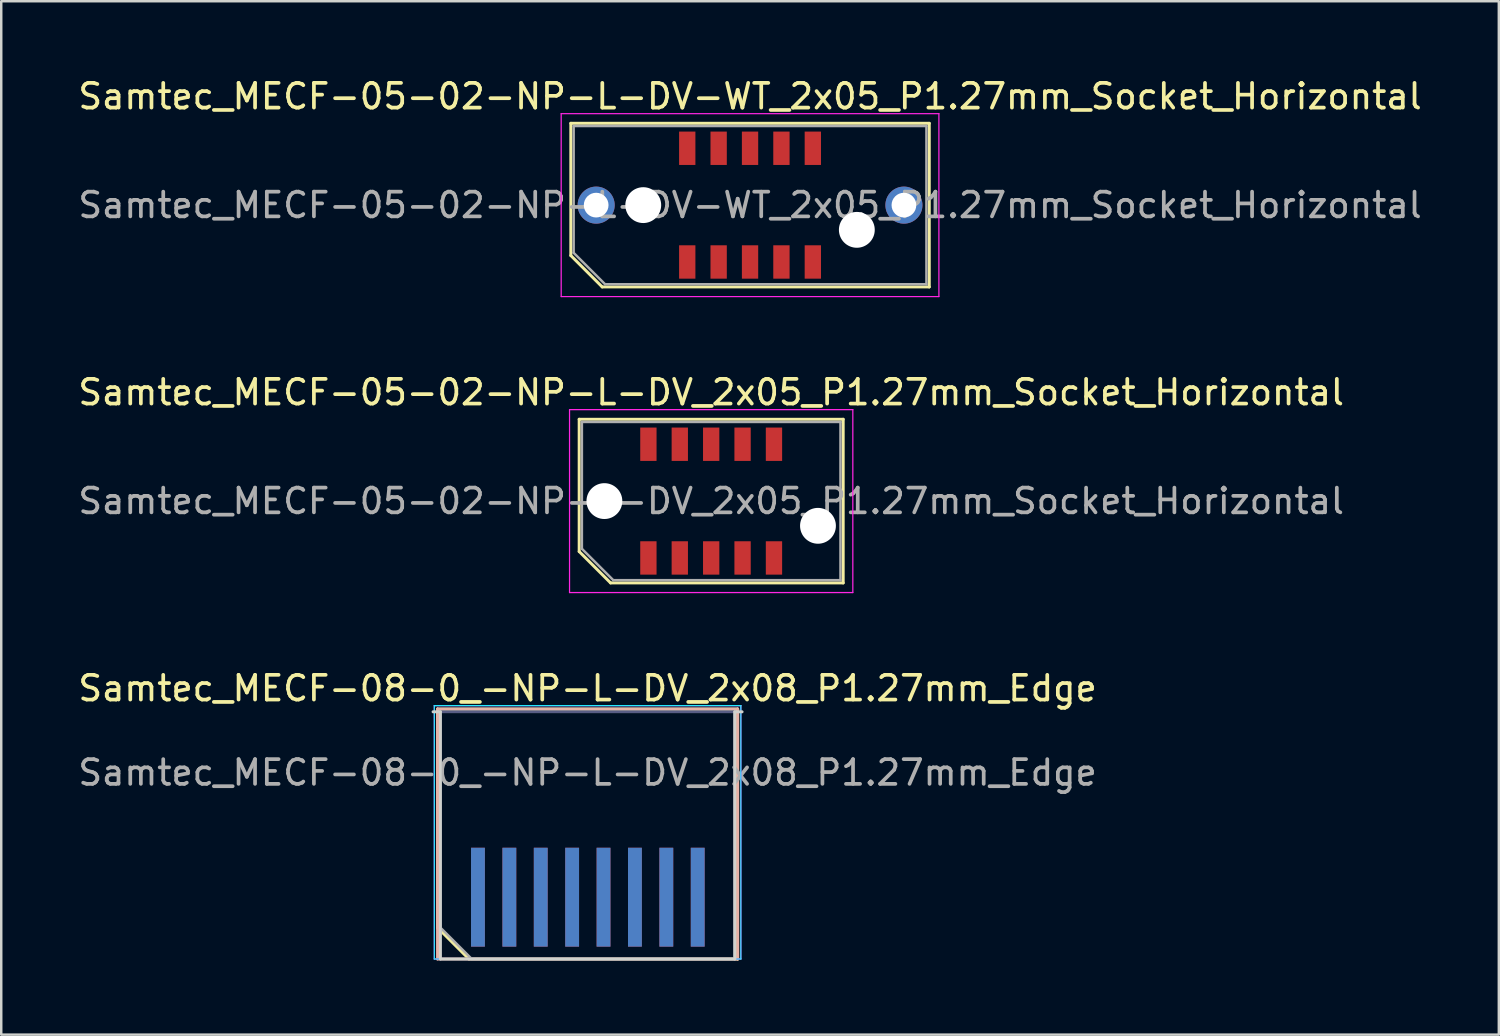
<source format=kicad_pcb>
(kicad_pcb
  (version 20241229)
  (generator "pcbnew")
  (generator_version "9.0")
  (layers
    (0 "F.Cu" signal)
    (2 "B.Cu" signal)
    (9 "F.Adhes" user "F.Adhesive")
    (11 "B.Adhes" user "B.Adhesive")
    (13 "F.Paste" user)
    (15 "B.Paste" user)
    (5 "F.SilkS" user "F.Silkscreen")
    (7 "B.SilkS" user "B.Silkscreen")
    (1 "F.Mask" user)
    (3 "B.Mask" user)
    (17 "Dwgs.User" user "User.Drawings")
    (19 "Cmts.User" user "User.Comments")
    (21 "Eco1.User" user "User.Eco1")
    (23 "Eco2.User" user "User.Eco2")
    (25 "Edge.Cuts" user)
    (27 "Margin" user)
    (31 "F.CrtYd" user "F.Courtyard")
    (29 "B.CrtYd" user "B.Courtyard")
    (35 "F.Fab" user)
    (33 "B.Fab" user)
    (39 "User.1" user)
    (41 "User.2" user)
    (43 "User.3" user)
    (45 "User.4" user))
  (footprint "Samtec_MECF-05-02-NP-L-DV-WT_2x05_P1.27mm_Socket_Horizontal"
    (layer "F.Cu")
    (at 27.292 5.248)
    (property "Reference" "Samtec_MECF-05-02-NP-L-DV-WT_2x05_P1.27mm_Socket_Horizontal" (at 0 -4.4 0) (layer "F.SilkS") (effects (font (size 1 1) (thickness 0.15))))
    (attr smd)
    (fp_line (start -7.25 -3.31) (end 7.25 -3.31) (stroke (width 0.12) (type solid)) (layer "F.SilkS"))
    (fp_line (start -7.25 2.04) (end -7.25 -3.31) (stroke (width 0.12) (type solid)) (layer "F.SilkS"))
    (fp_line (start -5.98 3.31) (end -7.25 2.04) (stroke (width 0.12) (type solid)) (layer "F.SilkS"))
    (fp_line (start -5.98 3.31) (end 7.25 3.31) (stroke (width 0.12) (type solid)) (layer "F.SilkS"))
    (fp_line (start 7.25 3.31) (end 7.25 -3.31) (stroke (width 0.12) (type solid)) (layer "F.SilkS"))
    (fp_line (start -7.64 -3.7) (end -7.64 3.7) (stroke (width 0.05) (type solid)) (layer "F.CrtYd"))
    (fp_line (start -7.64 3.7) (end 7.64 3.7) (stroke (width 0.05) (type solid)) (layer "F.CrtYd"))
    (fp_line (start 7.64 -3.7) (end -7.64 -3.7) (stroke (width 0.05) (type solid)) (layer "F.CrtYd"))
    (fp_line (start 7.64 3.7) (end 7.64 -3.7) (stroke (width 0.05) (type solid)) (layer "F.CrtYd"))
    (fp_line (start -7.135 -3.2) (end 7.135 -3.2) (stroke (width 0.1) (type solid)) (layer "F.Fab"))
    (fp_line (start -7.135 1.93) (end -7.135 -3.2) (stroke (width 0.1) (type solid)) (layer "F.Fab"))
    (fp_line (start -7.135 1.93) (end -5.865 3.2) (stroke (width 0.1) (type solid)) (layer "F.Fab"))
    (fp_line (start -5.865 3.2) (end 7.135 3.2) (stroke (width 0.1) (type solid)) (layer "F.Fab"))
    (fp_line (start 7.135 3.2) (end 7.135 -3.2) (stroke (width 0.1) (type solid)) (layer "F.Fab"))
    (fp_text user "${REFERENCE}" (at 0 0 0) (layer "F.Fab") (effects (font (size 1 1) (thickness 0.15))))
    (pad "" thru_hole circle (at -6.225 0) (size 1.5 1.5) (drill 1) (layers "*.Cu" "*.Mask"))
    (pad "" np_thru_hole circle (at -4.32 0) (size 1.45 1.45) (drill 1.45) (layers "*.Cu" "*.Mask"))
    (pad "" np_thru_hole circle (at 4.32 1) (size 1.45 1.45) (drill 1.45) (layers "*.Cu" "*.Mask"))
    (pad "" thru_hole circle (at 6.225 0) (size 1.5 1.5) (drill 1) (layers "*.Cu" "*.Mask"))
    (pad "1" smd rect (at -2.54 2.3) (size 0.66 1.35) (layers "F.Cu" "F.Mask" "F.Paste"))
    (pad "2" smd rect (at -2.54 -2.3) (size 0.66 1.35) (layers "F.Cu" "F.Mask" "F.Paste"))
    (pad "3" smd rect (at -1.27 2.3) (size 0.66 1.35) (layers "F.Cu" "F.Mask" "F.Paste"))
    (pad "4" smd rect (at -1.27 -2.3) (size 0.66 1.35) (layers "F.Cu" "F.Mask" "F.Paste"))
    (pad "5" smd rect (at 0 2.3) (size 0.66 1.35) (layers "F.Cu" "F.Mask" "F.Paste"))
    (pad "6" smd rect (at 0 -2.3) (size 0.66 1.35) (layers "F.Cu" "F.Mask" "F.Paste"))
    (pad "7" smd rect (at 1.27 2.3) (size 0.66 1.35) (layers "F.Cu" "F.Mask" "F.Paste"))
    (pad "8" smd rect (at 1.27 -2.3) (size 0.66 1.35) (layers "F.Cu" "F.Mask" "F.Paste"))
    (pad "9" smd rect (at 2.54 2.3) (size 0.66 1.35) (layers "F.Cu" "F.Mask" "F.Paste"))
    (pad "10" smd rect (at 2.54 -2.3) (size 0.66 1.35) (layers "F.Cu" "F.Mask" "F.Paste")))
  (footprint "Samtec_MECF-08-0_-NP-L-DV_2x08_P1.27mm_Edge"
    (layer "F.Cu")
    (at 20.72 30.745)
    (property "Reference" "Samtec_MECF-08-0_-NP-L-DV_2x08_P1.27mm_Edge" (at 0 -5.95 0) (layer "F.SilkS") (effects (font (size 1 1) (thickness 0.15))))
    (attr exclude_from_pos_files exclude_from_bom)
    (fp_line (start -6.07 -5.11) (end 6.07 -5.11) (stroke (width 0.12) (type solid)) (layer "F.SilkS"))
    (fp_line (start -6.07 3.73) (end -6.07 -5.11) (stroke (width 0.12) (type solid)) (layer "F.SilkS"))
    (fp_line (start -4.8 5) (end -6.07 3.73) (stroke (width 0.12) (type solid)) (layer "F.SilkS"))
    (fp_line (start -4.8 5) (end 6.07 5) (stroke (width 0.12) (type solid)) (layer "F.SilkS"))
    (fp_line (start 6.07 5) (end 6.07 -5.11) (stroke (width 0.12) (type solid)) (layer "F.SilkS"))
    (fp_line (start -6.07 -5.11) (end 6.07 -5.11) (stroke (width 0.12) (type solid)) (layer "B.SilkS"))
    (fp_line (start -6.07 5) (end -6.07 -5.11) (stroke (width 0.12) (type solid)) (layer "B.SilkS"))
    (fp_line (start -6.07 5) (end 6.07 5) (stroke (width 0.12) (type solid)) (layer "B.SilkS"))
    (fp_line (start 6.07 5) (end 6.07 -5.11) (stroke (width 0.12) (type solid)) (layer "B.SilkS"))
    (fp_line (start -6.25 -5) (end -5.955 -5) (stroke (width 0.12) (type solid)) (layer "Edge.Cuts"))
    (fp_line (start -5.955 5) (end -5.955 -5) (stroke (width 0.12) (type solid)) (layer "Edge.Cuts"))
    (fp_line (start -5.955 5) (end 5.955 5) (stroke (width 0.12) (type solid)) (layer "Edge.Cuts"))
    (fp_line (start 5.955 5) (end 5.955 -5) (stroke (width 0.12) (type solid)) (layer "Edge.Cuts"))
    (fp_line (start 6.25 -5) (end 5.955 -5) (stroke (width 0.12) (type solid)) (layer "Edge.Cuts"))
    (fp_line (start -6.2 -5.25) (end -6.2 5) (stroke (width 0.05) (type solid)) (layer "B.CrtYd"))
    (fp_line (start -6.2 5) (end 6.2 5) (stroke (width 0.05) (type solid)) (layer "B.CrtYd"))
    (fp_line (start 6.2 -5.25) (end -6.2 -5.25) (stroke (width 0.05) (type solid)) (layer "B.CrtYd"))
    (fp_line (start 6.2 5) (end 6.2 -5.25) (stroke (width 0.05) (type solid)) (layer "B.CrtYd"))
    (fp_line (start -6.2 -5.25) (end -6.2 5) (stroke (width 0.05) (type solid)) (layer "F.CrtYd"))
    (fp_line (start -6.2 5) (end 6.2 5) (stroke (width 0.05) (type solid)) (layer "F.CrtYd"))
    (fp_line (start 6.2 -5.25) (end -6.2 -5.25) (stroke (width 0.05) (type solid)) (layer "F.CrtYd"))
    (fp_line (start 6.2 5) (end 6.2 -5.25) (stroke (width 0.05) (type solid)) (layer "F.CrtYd"))
    (fp_line (start -5.955 -5) (end 5.955 -5) (stroke (width 0.1) (type solid)) (layer "B.Fab"))
    (fp_line (start -5.955 5) (end -5.955 -5) (stroke (width 0.1) (type solid)) (layer "B.Fab"))
    (fp_line (start -5.955 5) (end 5.955 5) (stroke (width 0.1) (type solid)) (layer "B.Fab"))
    (fp_line (start 5.955 5) (end 5.955 -5) (stroke (width 0.1) (type solid)) (layer "B.Fab"))
    (fp_line (start -5.955 -5) (end 5.955 -5) (stroke (width 0.1) (type solid)) (layer "F.Fab"))
    (fp_line (start -5.955 3.73) (end -5.955 -5) (stroke (width 0.1) (type solid)) (layer "F.Fab"))
    (fp_line (start -5.955 3.73) (end -4.685 5) (stroke (width 0.1) (type solid)) (layer "F.Fab"))
    (fp_line (start -4.685 5) (end 5.955 5) (stroke (width 0.1) (type solid)) (layer "F.Fab"))
    (fp_line (start 5.955 5) (end 5.955 -5) (stroke (width 0.1) (type solid)) (layer "F.Fab"))
    (fp_text user "${REFERENCE}" (at 0 -2.54 0) (layer "F.Fab") (effects (font (size 1 1) (thickness 0.15))))
    (pad "1" connect rect (at -4.435 2.5) (size 0.56 4) (layers "F.Cu" "F.Mask"))
    (pad "2" connect rect (at -4.435 2.5) (size 0.56 4) (layers "B.Cu" "B.Mask"))
    (pad "3" connect rect (at -3.165 2.5) (size 0.56 4) (layers "F.Cu" "F.Mask"))
    (pad "4" connect rect (at -3.165 2.5) (size 0.56 4) (layers "B.Cu" "B.Mask"))
    (pad "5" connect rect (at -1.895 2.5) (size 0.56 4) (layers "F.Cu" "F.Mask"))
    (pad "6" connect rect (at -1.895 2.5) (size 0.56 4) (layers "B.Cu" "B.Mask"))
    (pad "7" connect rect (at -0.625 2.5) (size 0.56 4) (layers "F.Cu" "F.Mask"))
    (pad "8" connect rect (at -0.625 2.5) (size 0.56 4) (layers "B.Cu" "B.Mask"))
    (pad "9" connect rect (at 0.645 2.5) (size 0.56 4) (layers "F.Cu" "F.Mask"))
    (pad "10" connect rect (at 0.645 2.5) (size 0.56 4) (layers "B.Cu" "B.Mask"))
    (pad "11" connect rect (at 1.915 2.5) (size 0.56 4) (layers "F.Cu" "F.Mask"))
    (pad "12" connect rect (at 1.915 2.5) (size 0.56 4) (layers "B.Cu" "B.Mask"))
    (pad "13" connect rect (at 3.185 2.5) (size 0.56 4) (layers "F.Cu" "F.Mask"))
    (pad "14" connect rect (at 3.185 2.5) (size 0.56 4) (layers "B.Cu" "B.Mask"))
    (pad "15" connect rect (at 4.455 2.5) (size 0.56 4) (layers "F.Cu" "F.Mask"))
    (pad "16" connect rect (at 4.455 2.5) (size 0.56 4) (layers "B.Cu" "B.Mask")))
  (footprint "Samtec_MECF-05-02-NP-L-DV_2x05_P1.27mm_Socket_Horizontal"
    (layer "F.Cu")
    (at 25.72 17.221)
    (property "Reference" "Samtec_MECF-05-02-NP-L-DV_2x05_P1.27mm_Socket_Horizontal" (at 0 -4.4 0) (layer "F.SilkS") (effects (font (size 1 1) (thickness 0.15))))
    (attr smd)
    (fp_line (start -5.34 -3.31) (end 5.34 -3.31) (stroke (width 0.12) (type solid)) (layer "F.SilkS"))
    (fp_line (start -5.34 2.04) (end -5.34 -3.31) (stroke (width 0.12) (type solid)) (layer "F.SilkS"))
    (fp_line (start -4.07 3.31) (end -5.34 2.04) (stroke (width 0.12) (type solid)) (layer "F.SilkS"))
    (fp_line (start -4.07 3.31) (end 5.34 3.31) (stroke (width 0.12) (type solid)) (layer "F.SilkS"))
    (fp_line (start 5.34 3.31) (end 5.34 -3.31) (stroke (width 0.12) (type solid)) (layer "F.SilkS"))
    (fp_line (start -5.73 -3.7) (end -5.73 3.7) (stroke (width 0.05) (type solid)) (layer "F.CrtYd"))
    (fp_line (start -5.73 3.7) (end 5.73 3.7) (stroke (width 0.05) (type solid)) (layer "F.CrtYd"))
    (fp_line (start 5.73 -3.7) (end -5.73 -3.7) (stroke (width 0.05) (type solid)) (layer "F.CrtYd"))
    (fp_line (start 5.73 3.7) (end 5.73 -3.7) (stroke (width 0.05) (type solid)) (layer "F.CrtYd"))
    (fp_line (start -5.23 -3.2) (end 5.23 -3.2) (stroke (width 0.1) (type solid)) (layer "F.Fab"))
    (fp_line (start -5.23 1.93) (end -5.23 -3.2) (stroke (width 0.1) (type solid)) (layer "F.Fab"))
    (fp_line (start -5.23 1.93) (end -3.96 3.2) (stroke (width 0.1) (type solid)) (layer "F.Fab"))
    (fp_line (start -3.96 3.2) (end 5.23 3.2) (stroke (width 0.1) (type solid)) (layer "F.Fab"))
    (fp_line (start 5.23 3.2) (end 5.23 -3.2) (stroke (width 0.1) (type solid)) (layer "F.Fab"))
    (fp_text user "${REFERENCE}" (at 0 0 0) (layer "F.Fab") (effects (font (size 1 1) (thickness 0.15))))
    (pad "" np_thru_hole circle (at -4.32 0) (size 1.45 1.45) (drill 1.45) (layers "*.Cu" "*.Mask"))
    (pad "" np_thru_hole circle (at 4.32 1) (size 1.45 1.45) (drill 1.45) (layers "*.Cu" "*.Mask"))
    (pad "1" smd rect (at -2.54 2.3) (size 0.66 1.35) (layers "F.Cu" "F.Mask" "F.Paste"))
    (pad "2" smd rect (at -2.54 -2.3) (size 0.66 1.35) (layers "F.Cu" "F.Mask" "F.Paste"))
    (pad "3" smd rect (at -1.27 2.3) (size 0.66 1.35) (layers "F.Cu" "F.Mask" "F.Paste"))
    (pad "4" smd rect (at -1.27 -2.3) (size 0.66 1.35) (layers "F.Cu" "F.Mask" "F.Paste"))
    (pad "5" smd rect (at 0 2.3) (size 0.66 1.35) (layers "F.Cu" "F.Mask" "F.Paste"))
    (pad "6" smd rect (at 0 -2.3) (size 0.66 1.35) (layers "F.Cu" "F.Mask" "F.Paste"))
    (pad "7" smd rect (at 1.27 2.3) (size 0.66 1.35) (layers "F.Cu" "F.Mask" "F.Paste"))
    (pad "8" smd rect (at 1.27 -2.3) (size 0.66 1.35) (layers "F.Cu" "F.Mask" "F.Paste"))
    (pad "9" smd rect (at 2.54 2.3) (size 0.66 1.35) (layers "F.Cu" "F.Mask" "F.Paste"))
    (pad "10" smd rect (at 2.54 -2.3) (size 0.66 1.35) (layers "F.Cu" "F.Mask" "F.Paste")))
  (gr_rect
    (start -3 -3)
    (end 57.583 38.805)
    (stroke (width 0.1) (type default))
    (fill no)
    (layer "Edge.Cuts")))
</source>
